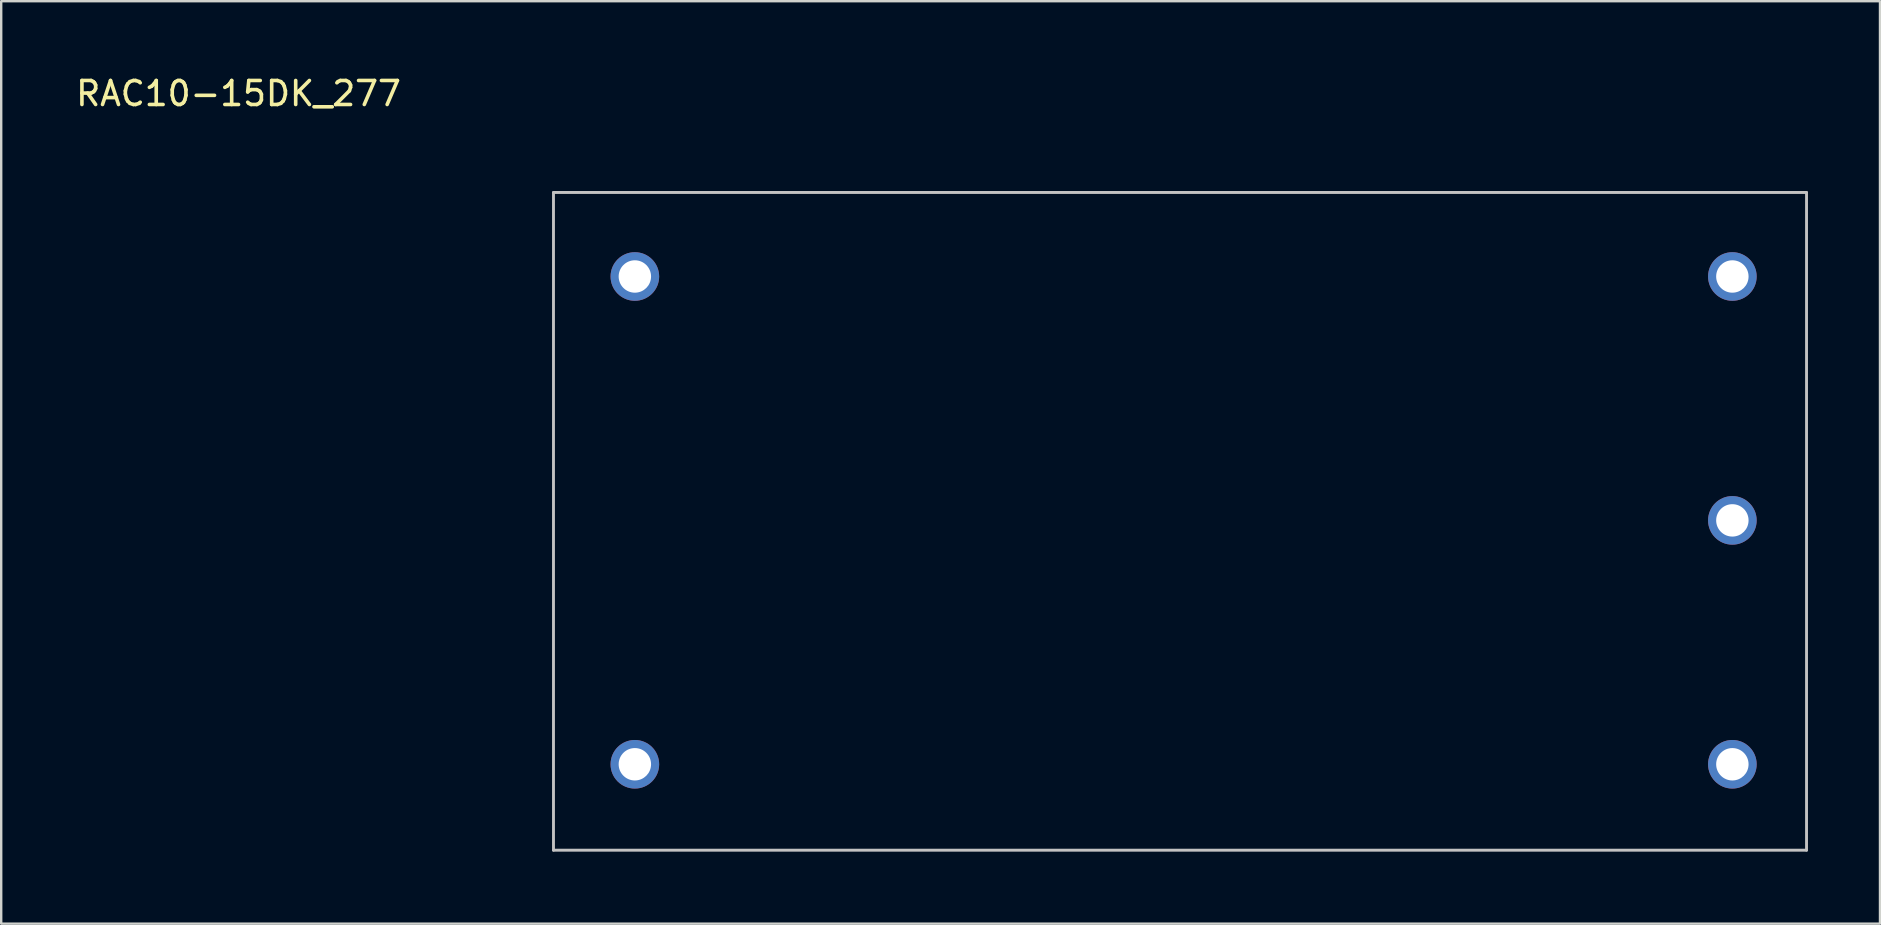
<source format=kicad_pcb>
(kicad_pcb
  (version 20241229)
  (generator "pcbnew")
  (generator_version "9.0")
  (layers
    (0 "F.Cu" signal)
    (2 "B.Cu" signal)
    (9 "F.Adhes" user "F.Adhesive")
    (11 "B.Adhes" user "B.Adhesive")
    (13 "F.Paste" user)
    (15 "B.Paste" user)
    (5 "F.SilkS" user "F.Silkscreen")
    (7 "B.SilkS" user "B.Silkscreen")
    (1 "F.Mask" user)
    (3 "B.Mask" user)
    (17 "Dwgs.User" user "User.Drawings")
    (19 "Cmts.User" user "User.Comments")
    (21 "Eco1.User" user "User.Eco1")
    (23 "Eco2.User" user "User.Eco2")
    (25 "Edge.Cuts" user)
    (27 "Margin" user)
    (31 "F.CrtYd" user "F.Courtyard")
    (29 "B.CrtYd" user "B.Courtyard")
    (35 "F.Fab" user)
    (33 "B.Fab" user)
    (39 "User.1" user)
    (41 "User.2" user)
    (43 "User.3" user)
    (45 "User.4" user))
  (footprint "RAC10-15DK_277"
    (layer "F.Cu")
    (at 23.397 8.468)
    (property "Reference" "RAC10-15DK_277" (at -16.51 -7.62 0) (layer "F.SilkS") (effects (font (size 1 1) (thickness 0.15))))
    (attr through_hole)
    (fp_line (start -3.39 -3.5) (end 48.81 -3.5) (stroke (width 0.12) (type solid)) (layer "Dwgs.User"))
    (fp_line (start -3.39 23.9) (end -3.39 -3.5) (stroke (width 0.12) (type solid)) (layer "Dwgs.User"))
    (fp_line (start 48.81 -3.5) (end 48.81 23.9) (stroke (width 0.12) (type solid)) (layer "Dwgs.User"))
    (fp_line (start 48.81 23.9) (end -3.39 23.9) (stroke (width 0.12) (type solid)) (layer "Dwgs.User"))
    (pad "1" thru_hole circle (at 0 0) (size 2.025 2.025) (drill 1.35) (layers "*.Cu" "*.Mask"))
    (pad "2" thru_hole circle (at 0 20.32) (size 2.025 2.025) (drill 1.35) (layers "*.Cu" "*.Mask"))
    (pad "3" thru_hole circle (at 45.72 20.32) (size 2.025 2.025) (drill 1.35) (layers "*.Cu" "*.Mask"))
    (pad "4" thru_hole circle (at 45.72 10.16) (size 2.025 2.025) (drill 1.35) (layers "*.Cu" "*.Mask"))
    (pad "5" thru_hole circle (at 45.72 0) (size 2.025 2.025) (drill 1.35) (layers "*.Cu" "*.Mask")))
  (gr_rect
    (start -3 -3)
    (end 75.267 35.428)
    (stroke (width 0.1) (type default))
    (fill no)
    (layer "Edge.Cuts")))
</source>
